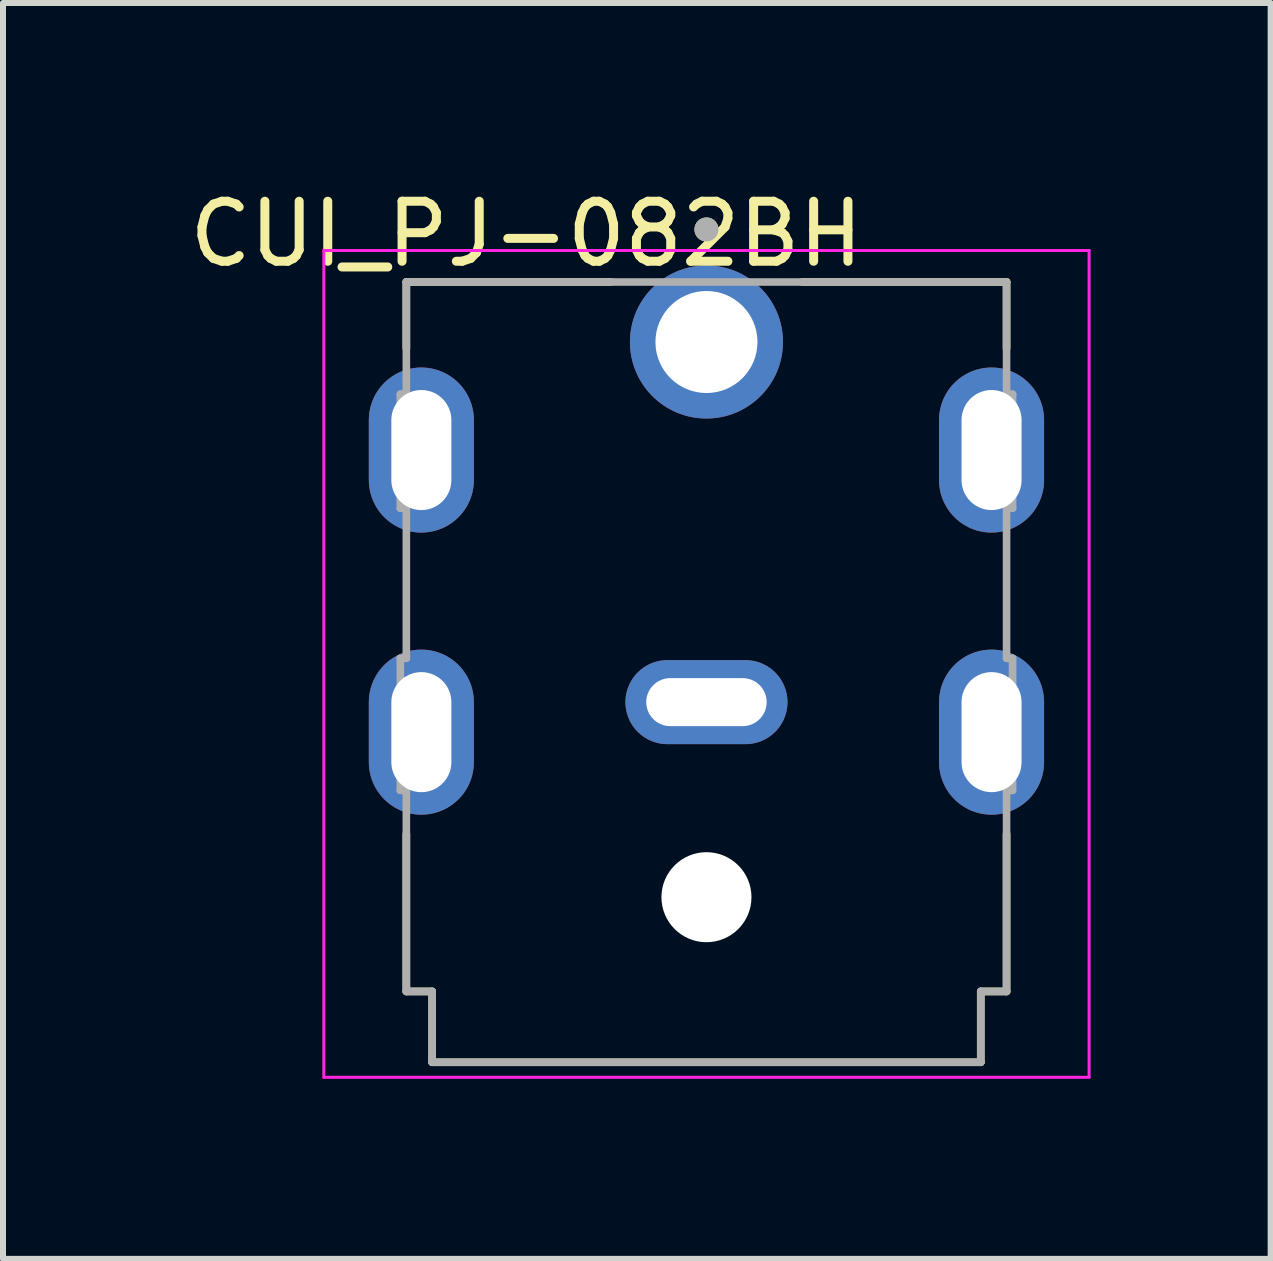
<source format=kicad_pcb>
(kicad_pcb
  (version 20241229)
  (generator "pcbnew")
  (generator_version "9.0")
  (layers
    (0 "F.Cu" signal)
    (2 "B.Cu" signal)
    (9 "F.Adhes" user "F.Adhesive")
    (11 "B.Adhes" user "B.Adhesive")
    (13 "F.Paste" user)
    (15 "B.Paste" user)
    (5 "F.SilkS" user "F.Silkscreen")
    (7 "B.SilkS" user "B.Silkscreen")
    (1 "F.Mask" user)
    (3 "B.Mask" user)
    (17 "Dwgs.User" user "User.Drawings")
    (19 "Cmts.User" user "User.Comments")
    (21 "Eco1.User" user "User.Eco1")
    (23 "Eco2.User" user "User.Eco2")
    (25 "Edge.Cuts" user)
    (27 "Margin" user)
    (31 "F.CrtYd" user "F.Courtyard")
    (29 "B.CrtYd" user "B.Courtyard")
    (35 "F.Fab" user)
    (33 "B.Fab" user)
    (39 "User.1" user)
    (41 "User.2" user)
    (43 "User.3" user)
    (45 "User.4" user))
  (footprint "CUI_PJ-082BH"
    (layer "F.Cu")
    (at 8.72 2.648)
    (property "Reference" "CUI_PJ-082BH" (at -3 -1.8 0) (layer "F.SilkS") (effects (font (size 1 1) (thickness 0.15))))
    (attr through_hole)
    (fp_line (start -5 -1) (end -5 0.105) (stroke (width 0.127) (type solid)) (layer "F.SilkS"))
    (fp_line (start -5 10.82) (end -5 8.195) (stroke (width 0.127) (type solid)) (layer "F.SilkS"))
    (fp_line (start -5 10.82) (end -4.57 10.82) (stroke (width 0.127) (type solid)) (layer "F.SilkS"))
    (fp_line (start -4.57 12) (end -4.57 10.82) (stroke (width 0.127) (type solid)) (layer "F.SilkS"))
    (fp_line (start -4.57 12) (end 4.57 12) (stroke (width 0.127) (type solid)) (layer "F.SilkS"))
    (fp_line (start -1.595 -1) (end -5 -1) (stroke (width 0.127) (type solid)) (layer "F.SilkS"))
    (fp_line (start 4.57 12) (end 4.57 10.82) (stroke (width 0.127) (type solid)) (layer "F.SilkS"))
    (fp_line (start 5 -1) (end 1.595 -1) (stroke (width 0.127) (type solid)) (layer "F.SilkS"))
    (fp_line (start 5 -1) (end 5 0.105) (stroke (width 0.127) (type solid)) (layer "F.SilkS"))
    (fp_line (start 5 10.82) (end 4.57 10.82) (stroke (width 0.127) (type solid)) (layer "F.SilkS"))
    (fp_line (start 5 10.82) (end 5 8.195) (stroke (width 0.127) (type solid)) (layer "F.SilkS"))
    (fp_circle (center 0 -1.875) (end 0.1 -1.875) (stroke (width 0.2) (type solid)) (fill no) (layer "F.SilkS"))
    (fp_line (start -6.375 -1.525) (end -6.375 12.25) (stroke (width 0.05) (type solid)) (layer "F.CrtYd"))
    (fp_line (start -6.375 12.25) (end 6.375 12.25) (stroke (width 0.05) (type solid)) (layer "F.CrtYd"))
    (fp_line (start 6.375 -1.525) (end -6.375 -1.525) (stroke (width 0.05) (type solid)) (layer "F.CrtYd"))
    (fp_line (start 6.375 12.25) (end 6.375 -1.525) (stroke (width 0.05) (type solid)) (layer "F.CrtYd"))
    (fp_line (start -5.1 0.87) (end -5.1 2.77) (stroke (width 0.127) (type solid)) (layer "F.Fab"))
    (fp_line (start -5.1 0.87) (end -5 0.87) (stroke (width 0.127) (type solid)) (layer "F.Fab"))
    (fp_line (start -5.1 2.77) (end -5 2.77) (stroke (width 0.127) (type solid)) (layer "F.Fab"))
    (fp_line (start -5.1 5.27) (end -5.1 7.47) (stroke (width 0.127) (type solid)) (layer "F.Fab"))
    (fp_line (start -5.1 5.27) (end -5 5.27) (stroke (width 0.127) (type solid)) (layer "F.Fab"))
    (fp_line (start -5.1 7.47) (end -5 7.47) (stroke (width 0.127) (type solid)) (layer "F.Fab"))
    (fp_line (start -5 -1) (end -5 0.87) (stroke (width 0.127) (type solid)) (layer "F.Fab"))
    (fp_line (start -5 2.77) (end -5 5.27) (stroke (width 0.127) (type solid)) (layer "F.Fab"))
    (fp_line (start -5 7.47) (end -5 10.82) (stroke (width 0.127) (type solid)) (layer "F.Fab"))
    (fp_line (start -5 10.82) (end -4.57 10.82) (stroke (width 0.127) (type solid)) (layer "F.Fab"))
    (fp_line (start -4.57 12) (end -4.57 10.82) (stroke (width 0.127) (type solid)) (layer "F.Fab"))
    (fp_line (start -4.57 12) (end 4.57 12) (stroke (width 0.127) (type solid)) (layer "F.Fab"))
    (fp_line (start 4.57 12) (end 4.57 10.82) (stroke (width 0.127) (type solid)) (layer "F.Fab"))
    (fp_line (start 5 -1) (end -5 -1) (stroke (width 0.127) (type solid)) (layer "F.Fab"))
    (fp_line (start 5 -1) (end 5 0.87) (stroke (width 0.127) (type solid)) (layer "F.Fab"))
    (fp_line (start 5 0.87) (end 5.1 0.87) (stroke (width 0.127) (type solid)) (layer "F.Fab"))
    (fp_line (start 5 2.77) (end 5.1 2.77) (stroke (width 0.127) (type solid)) (layer "F.Fab"))
    (fp_line (start 5 5.27) (end 5 2.77) (stroke (width 0.127) (type solid)) (layer "F.Fab"))
    (fp_line (start 5 5.27) (end 5.1 5.27) (stroke (width 0.127) (type solid)) (layer "F.Fab"))
    (fp_line (start 5 7.47) (end 5.1 7.47) (stroke (width 0.127) (type solid)) (layer "F.Fab"))
    (fp_line (start 5 10.82) (end 4.57 10.82) (stroke (width 0.127) (type solid)) (layer "F.Fab"))
    (fp_line (start 5 10.82) (end 5 7.47) (stroke (width 0.127) (type solid)) (layer "F.Fab"))
    (fp_line (start 5.1 2.77) (end 5.1 0.87) (stroke (width 0.127) (type solid)) (layer "F.Fab"))
    (fp_line (start 5.1 7.47) (end 5.1 5.27) (stroke (width 0.127) (type solid)) (layer "F.Fab"))
    (fp_circle (center 0 -1.875) (end 0.1 -1.875) (stroke (width 0.2) (type solid)) (fill no) (layer "F.Fab"))
    (pad "" np_thru_hole circle (at 0 9.25) (size 1.5 1.5) (drill 1.5) (layers "*.Cu" "*.Mask"))
    (pad "1" thru_hole circle (at 0 0) (size 2.55 2.55) (drill 1.7) (layers "*.Cu" "*.Mask"))
    (pad "2" thru_hole oval (at 0 6) (size 2.7 1.4) (drill oval 2.006 0.8) (layers "*.Cu" "*.Mask"))
    (pad "S1" thru_hole oval (at -4.75 6.5) (size 1.75 2.75) (drill oval 1 2) (layers "*.Cu" "*.Mask"))
    (pad "S2" thru_hole oval (at 4.75 6.5) (size 1.75 2.75) (drill oval 1 2) (layers "*.Cu" "*.Mask"))
    (pad "S3" thru_hole oval (at -4.75 1.8) (size 1.75 2.75) (drill oval 1 2) (layers "*.Cu" "*.Mask"))
    (pad "S4" thru_hole oval (at 4.75 1.8) (size 1.75 2.75) (drill oval 1 2) (layers "*.Cu" "*.Mask")))
  (gr_rect
    (start -3 -3)
    (end 18.12 17.923)
    (stroke (width 0.1) (type default))
    (fill no)
    (layer "Edge.Cuts")))
</source>
